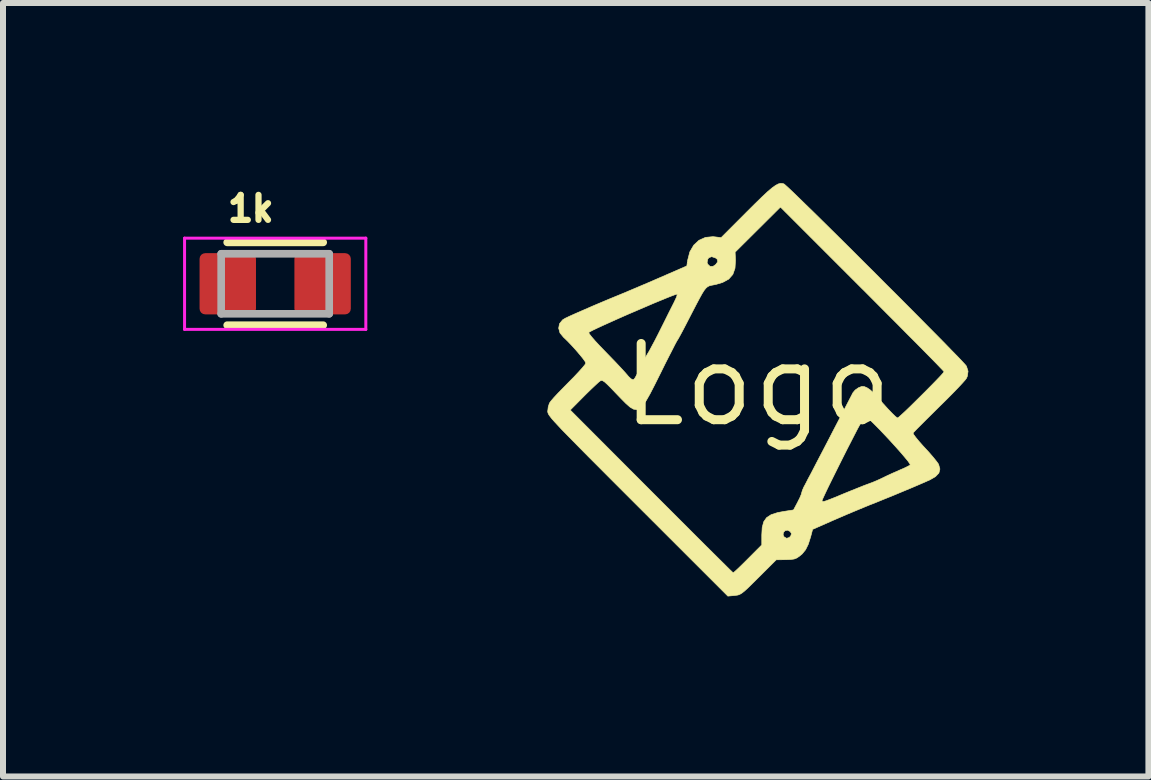
<source format=kicad_pcb>
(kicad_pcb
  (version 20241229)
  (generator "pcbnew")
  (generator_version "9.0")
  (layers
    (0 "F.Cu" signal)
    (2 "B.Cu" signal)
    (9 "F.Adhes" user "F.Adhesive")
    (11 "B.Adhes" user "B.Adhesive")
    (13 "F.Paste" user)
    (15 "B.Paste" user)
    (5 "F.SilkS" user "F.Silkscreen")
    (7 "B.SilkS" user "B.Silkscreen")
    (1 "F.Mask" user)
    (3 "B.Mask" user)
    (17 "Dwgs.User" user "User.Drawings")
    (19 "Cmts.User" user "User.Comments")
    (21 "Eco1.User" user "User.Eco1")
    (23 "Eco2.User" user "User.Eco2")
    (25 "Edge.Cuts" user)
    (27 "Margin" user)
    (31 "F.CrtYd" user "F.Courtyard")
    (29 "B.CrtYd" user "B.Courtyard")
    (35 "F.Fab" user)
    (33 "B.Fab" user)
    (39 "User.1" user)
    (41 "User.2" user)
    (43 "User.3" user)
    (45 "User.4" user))
  (footprint "1k"
    (layer "F.Cu")
    (at 1.535 1.678)
    (property "Reference" "1k" (at -0.407 -1.252 0) (layer "F.SilkS") (effects (font (size 0.416 0.416) (thickness 0.15))))
    (attr through_hole)
    (fp_line (start -0.8 -0.69) (end 0.8 -0.69) (stroke (width 0.127) (type solid)) (layer "F.SilkS"))
    (fp_line (start -0.8 0.69) (end 0.8 0.69) (stroke (width 0.127) (type solid)) (layer "F.SilkS"))
    (fp_line (start -1.51 -0.76) (end 1.51 -0.76) (stroke (width 0.05) (type solid)) (layer "F.CrtYd"))
    (fp_line (start -1.51 0.76) (end -1.51 -0.76) (stroke (width 0.05) (type solid)) (layer "F.CrtYd"))
    (fp_line (start 1.51 -0.76) (end 1.51 0.76) (stroke (width 0.05) (type solid)) (layer "F.CrtYd"))
    (fp_line (start 1.51 0.76) (end -1.51 0.76) (stroke (width 0.05) (type solid)) (layer "F.CrtYd"))
    (fp_line (start -0.9 -0.5) (end -0.9 0.5) (stroke (width 0.127) (type solid)) (layer "F.Fab"))
    (fp_line (start -0.9 -0.5) (end 0.9 -0.5) (stroke (width 0.127) (type solid)) (layer "F.Fab"))
    (fp_line (start -0.9 0.5) (end 0.9 0.5) (stroke (width 0.127) (type solid)) (layer "F.Fab"))
    (fp_line (start 0.9 -0.5) (end 0.9 0.5) (stroke (width 0.127) (type solid)) (layer "F.Fab"))
    (pad "1" smd roundrect (at -0.79 0) (size 0.94 1.02) (layers "F.Cu" "F.Mask" "F.Paste") (roundrect_rratio 0.1))
    (pad "2" smd roundrect (at 0.79 0) (size 0.94 1.02) (layers "F.Cu" "F.Mask" "F.Paste") (roundrect_rratio 0.1)))
  (footprint "Logo"
    (layer "F.Cu")
    (at 9.568 3.363)
    (property "Reference" "Logo" (at 0 0 0) (layer "F.SilkS") (effects (font (size 1.27 1.27) (thickness 0.15))))
    (attr through_hole)
    (fp_poly (pts (xy 0.422 -3.355) (xy 0.443 -3.349) (xy 0.465 -3.331) (xy 0.515 -3.286) (xy 0.589 -3.216) (xy 0.685 -3.123) (xy 0.801 -3.01) (xy 0.935 -2.88) (xy 1.083 -2.734) (xy 1.244 -2.575) (xy 1.415 -2.406) (xy 1.593 -2.229) (xy 1.776 -2.046) (xy 1.962 -1.861) (xy 2.147 -1.675) (xy 2.331 -1.492) (xy 2.509 -1.313) (xy 2.68 -1.141) (xy 2.841 -0.978) (xy 2.99 -0.828) (xy 3.124 -0.692) (xy 3.24 -0.572) (xy 3.337 -0.473) (xy 3.411 -0.395) (xy 3.461 -0.341) (xy 3.483 -0.314) (xy 3.484 -0.313) (xy 3.511 -0.228) (xy 3.499 -0.145) (xy 3.484 -0.11) (xy 3.461 -0.08) (xy 3.413 -0.026) (xy 3.342 0.05) (xy 3.254 0.141) (xy 3.152 0.244) (xy 3.04 0.354) (xy 3.031 0.363) (xy 2.921 0.472) (xy 2.82 0.572) (xy 2.733 0.659) (xy 2.664 0.728) (xy 2.617 0.777) (xy 2.595 0.8) (xy 2.595 0.801) (xy 2.603 0.824) (xy 2.637 0.871) (xy 2.69 0.936) (xy 2.758 1.013) (xy 2.785 1.042) (xy 2.862 1.126) (xy 2.931 1.206) (xy 2.985 1.273) (xy 3.018 1.319) (xy 3.021 1.327) (xy 3.042 1.402) (xy 3.025 1.468) (xy 2.968 1.528) (xy 2.882 1.578) (xy 2.807 1.612) (xy 2.699 1.659) (xy 2.568 1.715) (xy 2.419 1.777) (xy 2.261 1.843) (xy 2.1 1.908) (xy 1.946 1.971) (xy 1.873 1.999) (xy 1.764 2.044) (xy 1.629 2.1) (xy 1.483 2.161) (xy 1.34 2.223) (xy 1.27 2.253) (xy 0.921 2.407) (xy 0.888 2.532) (xy 0.849 2.655) (xy 0.804 2.746) (xy 0.747 2.816) (xy 0.705 2.851) (xy 0.659 2.883) (xy 0.613 2.901) (xy 0.553 2.909) (xy 0.471 2.912) (xy 0.315 2.914) (xy 0.022 3.206) (xy -0.079 3.306) (xy -0.155 3.381) (xy -0.212 3.433) (xy -0.256 3.468) (xy -0.291 3.489) (xy -0.323 3.501) (xy -0.358 3.506) (xy -0.381 3.509) (xy -0.491 3.519) (xy -1.992 2.019) (xy -2.237 1.774) (xy -2.454 1.557) (xy -2.644 1.366) (xy -2.81 1.2) (xy -2.952 1.056) (xy -3.073 0.933) (xy -3.175 0.829) (xy -3.259 0.743) (xy -3.326 0.671) (xy -3.379 0.614) (xy -3.42 0.568) (xy -3.449 0.531) (xy -3.47 0.503) (xy -3.482 0.482) (xy -3.489 0.464) (xy -3.492 0.45) (xy -3.493 0.438) (xy -3.49 0.419) (xy -3.117 0.419) (xy -1.765 1.774) (xy -1.566 1.973) (xy -1.376 2.163) (xy -1.197 2.342) (xy -1.031 2.508) (xy -0.879 2.66) (xy -0.745 2.793) (xy -0.629 2.908) (xy -0.535 3.001) (xy -0.465 3.071) (xy -0.419 3.115) (xy -0.402 3.131) (xy -0.402 3.131) (xy -0.384 3.117) (xy -0.342 3.079) (xy -0.28 3.02) (xy -0.205 2.946) (xy -0.158 2.899) (xy 0.074 2.666) (xy 0.074 2.503) (xy 0.074 2.501) (xy 0.43 2.501) (xy 0.445 2.531) (xy 0.488 2.556) (xy 0.533 2.542) (xy 0.558 2.514) (xy 0.569 2.476) (xy 0.546 2.442) (xy 0.503 2.42) (xy 0.462 2.429) (xy 0.434 2.459) (xy 0.43 2.501) (xy 0.074 2.501) (xy 0.081 2.376) (xy 0.106 2.281) (xy 0.154 2.212) (xy 0.23 2.162) (xy 0.339 2.127) (xy 0.442 2.108) (xy 0.603 2.083) (xy 0.67 1.957) (xy 0.687 1.923) (xy 1.079 1.923) (xy 1.081 1.936) (xy 1.091 1.943) (xy 1.113 1.941) (xy 1.152 1.929) (xy 1.215 1.905) (xy 1.306 1.869) (xy 1.43 1.817) (xy 1.442 1.812) (xy 1.56 1.764) (xy 1.672 1.719) (xy 1.769 1.68) (xy 1.841 1.653) (xy 1.869 1.643) (xy 1.949 1.612) (xy 2.038 1.573) (xy 2.08 1.553) (xy 2.154 1.517) (xy 2.249 1.473) (xy 2.346 1.431) (xy 2.36 1.424) (xy 2.439 1.39) (xy 2.503 1.359) (xy 2.542 1.338) (xy 2.548 1.334) (xy 2.54 1.313) (xy 2.508 1.267) (xy 2.454 1.202) (xy 2.385 1.121) (xy 2.304 1.03) (xy 2.217 0.934) (xy 2.127 0.838) (xy 2.04 0.746) (xy 1.96 0.665) (xy 1.892 0.598) (xy 1.84 0.552) (xy 1.809 0.53) (xy 1.805 0.529) (xy 1.785 0.546) (xy 1.753 0.588) (xy 1.733 0.619) (xy 1.708 0.663) (xy 1.668 0.736) (xy 1.618 0.833) (xy 1.559 0.948) (xy 1.493 1.076) (xy 1.425 1.211) (xy 1.356 1.349) (xy 1.289 1.484) (xy 1.227 1.609) (xy 1.172 1.721) (xy 1.128 1.814) (xy 1.097 1.881) (xy 1.081 1.918) (xy 1.079 1.923) (xy 0.687 1.923) (xy 0.705 1.888) (xy 0.73 1.829) (xy 0.739 1.797) (xy 0.75 1.759) (xy 0.775 1.701) (xy 0.792 1.67) (xy 0.81 1.636) (xy 0.844 1.569) (xy 0.894 1.476) (xy 0.954 1.36) (xy 1.023 1.227) (xy 1.099 1.082) (xy 1.178 0.93) (xy 1.257 0.777) (xy 1.335 0.627) (xy 1.409 0.486) (xy 1.475 0.358) (xy 1.531 0.25) (xy 1.575 0.165) (xy 1.593 0.13) (xy 1.63 0.086) (xy 1.684 0.048) (xy 1.688 0.046) (xy 1.739 0.026) (xy 1.779 0.027) (xy 1.827 0.047) (xy 1.878 0.081) (xy 1.94 0.136) (xy 1.991 0.191) (xy 2.09 0.305) (xy 2.178 0.402) (xy 2.25 0.477) (xy 2.303 0.528) (xy 2.334 0.55) (xy 2.338 0.55) (xy 2.358 0.536) (xy 2.403 0.496) (xy 2.468 0.436) (xy 2.547 0.36) (xy 2.635 0.273) (xy 2.729 0.18) (xy 2.822 0.087) (xy 2.91 -0.002) (xy 2.988 -0.082) (xy 3.051 -0.148) (xy 3.094 -0.196) (xy 3.111 -0.219) (xy 3.111 -0.22) (xy 3.097 -0.237) (xy 3.054 -0.282) (xy 2.986 -0.353) (xy 2.894 -0.447) (xy 2.781 -0.562) (xy 2.648 -0.697) (xy 2.497 -0.848) (xy 2.332 -1.015) (xy 2.153 -1.194) (xy 1.963 -1.385) (xy 1.765 -1.584) (xy 1.748 -1.6) (xy 0.385 -2.963) (xy 0.007 -2.587) (xy -0.37 -2.212) (xy -0.364 -2.074) (xy -0.372 -1.944) (xy -0.408 -1.841) (xy -0.476 -1.763) (xy -0.579 -1.707) (xy -0.69 -1.674) (xy -0.736 -1.665) (xy -0.773 -1.658) (xy -0.804 -1.649) (xy -0.831 -1.634) (xy -0.858 -1.61) (xy -0.888 -1.572) (xy -0.922 -1.517) (xy -0.964 -1.441) (xy -1.017 -1.341) (xy -1.084 -1.212) (xy -1.167 -1.051) (xy -1.196 -0.995) (xy -1.244 -0.903) (xy -1.286 -0.825) (xy -1.317 -0.769) (xy -1.334 -0.742) (xy -1.335 -0.741) (xy -1.347 -0.72) (xy -1.376 -0.666) (xy -1.418 -0.583) (xy -1.472 -0.478) (xy -1.535 -0.354) (xy -1.603 -0.216) (xy -1.619 -0.184) (xy -1.711 0.000244) (xy -1.787 0.148) (xy -1.852 0.262) (xy -1.908 0.343) (xy -1.959 0.392) (xy -2.01 0.412) (xy -2.063 0.404) (xy -2.122 0.369) (xy -2.19 0.309) (xy -2.272 0.226) (xy -2.35 0.145) (xy -2.437 0.054) (xy -2.5 -0.009) (xy -2.544 -0.049) (xy -2.575 -0.069) (xy -2.598 -0.074) (xy -2.615 -0.068) (xy -2.644 -0.046) (xy -2.696 0.002) (xy -2.765 0.067) (xy -2.845 0.145) (xy -2.887 0.187) (xy -3.117 0.419) (xy -3.49 0.419) (xy -3.484 0.367) (xy -3.464 0.304) (xy -3.462 0.301) (xy -3.438 0.268) (xy -3.389 0.211) (xy -3.32 0.137) (xy -3.236 0.051) (xy -3.145 -0.042) (xy -3.055 -0.133) (xy -2.977 -0.216) (xy -2.915 -0.285) (xy -2.873 -0.336) (xy -2.858 -0.363) (xy -2.858 -0.364) (xy -2.871 -0.392) (xy -2.908 -0.443) (xy -2.962 -0.509) (xy -3.026 -0.584) (xy -3.094 -0.659) (xy -3.161 -0.729) (xy -3.218 -0.784) (xy -3.229 -0.794) (xy -3.289 -0.867) (xy -3.29 -0.873) (xy -2.81 -0.873) (xy -2.799 -0.85) (xy -2.762 -0.802) (xy -2.704 -0.735) (xy -2.629 -0.654) (xy -2.544 -0.566) (xy -2.451 -0.47) (xy -2.363 -0.379) (xy -2.287 -0.298) (xy -2.229 -0.235) (xy -2.198 -0.201) (xy -2.144 -0.138) (xy -2.107 -0.103) (xy -2.079 -0.088) (xy -2.064 -0.086) (xy -2.046 -0.104) (xy -2.017 -0.153) (xy -1.98 -0.223) (xy -1.958 -0.27) (xy -1.915 -0.36) (xy -1.872 -0.444) (xy -1.835 -0.508) (xy -1.824 -0.526) (xy -1.799 -0.568) (xy -1.76 -0.641) (xy -1.709 -0.736) (xy -1.652 -0.847) (xy -1.595 -0.961) (xy -1.535 -1.081) (xy -1.479 -1.194) (xy -1.429 -1.293) (xy -1.391 -1.368) (xy -1.37 -1.412) (xy -1.345 -1.466) (xy -1.335 -1.504) (xy -1.336 -1.512) (xy -1.358 -1.508) (xy -1.413 -1.488) (xy -1.497 -1.455) (xy -1.604 -1.411) (xy -1.728 -1.36) (xy -1.865 -1.301) (xy -2.01 -1.239) (xy -2.157 -1.176) (xy -2.3 -1.113) (xy -2.436 -1.052) (xy -2.558 -0.997) (xy -2.662 -0.949) (xy -2.742 -0.911) (xy -2.793 -0.884) (xy -2.81 -0.873) (xy -3.29 -0.873) (xy -3.31 -0.945) (xy -3.296 -1.019) (xy -3.245 -1.083) (xy -3.201 -1.11) (xy -3.121 -1.148) (xy -3.011 -1.197) (xy -2.88 -1.254) (xy -2.738 -1.316) (xy -2.594 -1.377) (xy -2.456 -1.435) (xy -2.339 -1.483) (xy -2.242 -1.523) (xy -2.116 -1.576) (xy -1.972 -1.637) (xy -1.819 -1.702) (xy -1.669 -1.767) (xy -1.63 -1.784) (xy -1.175 -1.982) (xy -1.166 -2.041) (xy -0.837 -2.041) (xy -0.826 -2.011) (xy -0.787 -1.974) (xy -0.737 -1.976) (xy -0.695 -2.004) (xy -0.66 -2.051) (xy -0.667 -2.092) (xy -0.697 -2.116) (xy -0.761 -2.137) (xy -0.808 -2.119) (xy -0.826 -2.095) (xy -0.837 -2.041) (xy -1.166 -2.041) (xy -1.161 -2.077) (xy -1.125 -2.216) (xy -1.06 -2.328) (xy -0.972 -2.41) (xy -0.864 -2.458) (xy -0.739 -2.47) (xy -0.71 -2.467) (xy -0.603 -2.454) (xy -0.169 -2.889) (xy -0.031 -3.026) (xy 0.082 -3.136) (xy 0.172 -3.22) (xy 0.245 -3.282) (xy 0.302 -3.323) (xy 0.348 -3.348) (xy 0.387 -3.358) (xy 0.422 -3.355)) (stroke (width 0.01) (type solid)) (fill yes) (layer "F.SilkS")))
  (gr_rect
    (start -3 -3)
    (end 16.084 9.887)
    (stroke (width 0.1) (type default))
    (fill no)
    (layer "Edge.Cuts")))
</source>
